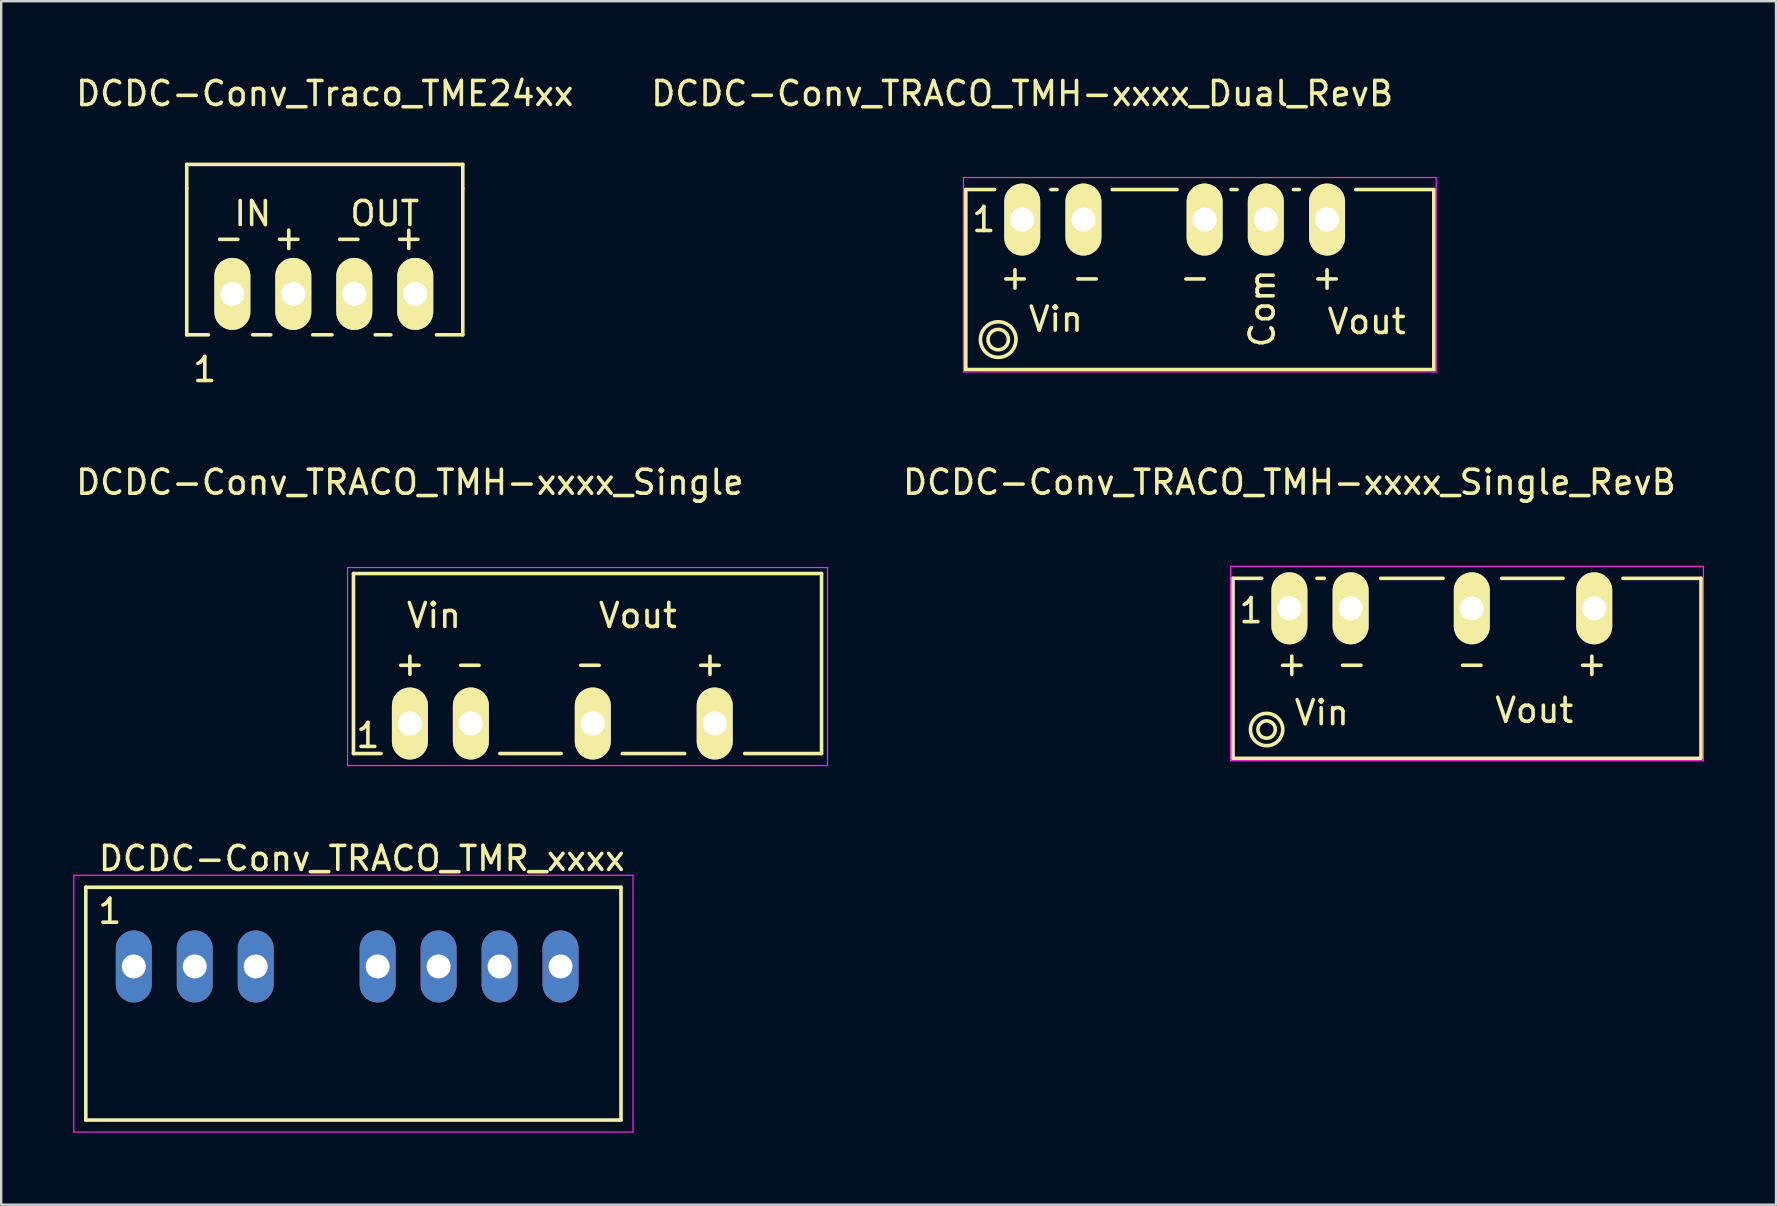
<source format=kicad_pcb>
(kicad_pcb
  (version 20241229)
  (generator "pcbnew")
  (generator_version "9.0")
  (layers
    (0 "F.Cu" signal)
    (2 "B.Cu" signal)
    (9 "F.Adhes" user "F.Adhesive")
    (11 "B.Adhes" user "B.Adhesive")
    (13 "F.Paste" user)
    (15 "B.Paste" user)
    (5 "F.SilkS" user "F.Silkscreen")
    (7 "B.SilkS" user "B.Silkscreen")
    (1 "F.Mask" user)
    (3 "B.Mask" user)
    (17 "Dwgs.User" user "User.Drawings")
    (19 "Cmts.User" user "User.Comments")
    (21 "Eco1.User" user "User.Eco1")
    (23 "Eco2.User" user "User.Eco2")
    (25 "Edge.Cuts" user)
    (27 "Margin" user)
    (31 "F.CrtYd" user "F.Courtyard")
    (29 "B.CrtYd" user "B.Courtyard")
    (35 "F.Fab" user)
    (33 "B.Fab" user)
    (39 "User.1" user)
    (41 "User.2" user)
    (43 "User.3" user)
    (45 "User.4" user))
  (footprint "DCDC-Conv_Traco_TME24xx"
    (layer "F.Cu")
    (at 10.482 7.348)
    (property "Reference" "DCDC-Conv_Traco_TME24xx" (at 0 -6.5 0) (layer "F.SilkS") (effects (font (size 1 1) (thickness 0.15))))
    (attr through_hole)
    (fp_line (start -5.751 -3.548) (end -5.751 -2.55) (stroke (width 0.15) (type solid)) (layer "F.SilkS"))
    (fp_line (start -5.751 -2.55) (end -5.751 3.551) (stroke (width 0.15) (type solid)) (layer "F.SilkS"))
    (fp_line (start -4.849 3.551) (end -5.751 3.551) (stroke (width 0.15) (type solid)) (layer "F.SilkS"))
    (fp_line (start -2.25 3.551) (end -3 3.551) (stroke (width 0.15) (type solid)) (layer "F.SilkS"))
    (fp_line (start 0.3 3.551) (end -0.5 3.551) (stroke (width 0.15) (type solid)) (layer "F.SilkS"))
    (fp_line (start 2.751 3.551) (end 2.101 3.551) (stroke (width 0.15) (type solid)) (layer "F.SilkS"))
    (fp_line (start 5.751 -3.548) (end -5.751 -3.548) (stroke (width 0.15) (type solid)) (layer "F.SilkS"))
    (fp_line (start 5.751 -2.55) (end 5.751 -3.548) (stroke (width 0.15) (type solid)) (layer "F.SilkS"))
    (fp_line (start 5.751 3.551) (end 4.651 3.551) (stroke (width 0.15) (type solid)) (layer "F.SilkS"))
    (fp_line (start 5.751 3.551) (end 5.751 -2.55) (stroke (width 0.15) (type solid)) (layer "F.SilkS"))
    (fp_text user "+" (at -1.501 -0.5 0) (layer "F.SilkS") (effects (font (size 1 1) (thickness 0.15))))
    (fp_text user "-" (at -4 -0.5 0) (layer "F.SilkS") (effects (font (size 1 1) (thickness 0.15))))
    (fp_text user "IN" (at -3 -1.499 0) (layer "F.SilkS") (effects (font (size 1 1) (thickness 0.15))))
    (fp_text user "1" (at -5.001 5.001 0) (layer "F.SilkS") (effects (font (size 1 1) (thickness 0.15))))
    (fp_text user "-" (at 1.001 -0.5 0) (layer "F.SilkS") (effects (font (size 1 1) (thickness 0.15))))
    (fp_text user "+" (at 3.5 -0.5 0) (layer "F.SilkS") (effects (font (size 1 1) (thickness 0.15))))
    (fp_text user "OUT" (at 2.499 -1.499 0) (layer "F.SilkS") (effects (font (size 1 1) (thickness 0.15))))
    (pad "1" thru_hole oval (at -3.851 1.849) (size 1.501 3) (drill 1.001) (layers "*.Cu" "*.Mask" "F.SilkS"))
    (pad "2" thru_hole oval (at -1.311 1.849) (size 1.501 3) (drill 1.001) (layers "*.Cu" "*.Mask" "F.SilkS"))
    (pad "3" thru_hole oval (at 1.229 1.849) (size 1.501 3) (drill 1.001) (layers "*.Cu" "*.Mask" "F.SilkS"))
    (pad "4" thru_hole oval (at 3.769 1.849) (size 1.501 3) (drill 1.001) (layers "*.Cu" "*.Mask" "F.SilkS")))
  (footprint "DCDC-Conv_TRACO_TMH-xxxx_Dual_RevB"
    (layer "F.Cu")
    (at 39.542 6.098)
    (property "Reference" "DCDC-Conv_TRACO_TMH-xxxx_Dual_RevB" (at 0 -5.25 0) (layer "F.SilkS") (effects (font (size 1 1) (thickness 0.15))))
    (attr through_hole)
    (fp_line (start -2.35 -1.25) (end -2.35 6.25) (stroke (width 0.15) (type solid)) (layer "F.SilkS"))
    (fp_line (start -2.35 6.25) (end 17.15 6.25) (stroke (width 0.15) (type solid)) (layer "F.SilkS"))
    (fp_line (start -1.15 -1.25) (end -2.35 -1.25) (stroke (width 0.15) (type solid)) (layer "F.SilkS"))
    (fp_line (start 1.45 -1.25) (end 1.2 -1.25) (stroke (width 0.15) (type solid)) (layer "F.SilkS"))
    (fp_line (start 6.45 -1.25) (end 3.75 -1.25) (stroke (width 0.15) (type solid)) (layer "F.SilkS"))
    (fp_line (start 8.95 -1.25) (end 8.7 -1.25) (stroke (width 0.15) (type solid)) (layer "F.SilkS"))
    (fp_line (start 11.55 -1.25) (end 11.3 -1.25) (stroke (width 0.15) (type solid)) (layer "F.SilkS"))
    (fp_line (start 17.15 -1.25) (end 13.9 -1.25) (stroke (width 0.15) (type solid)) (layer "F.SilkS"))
    (fp_line (start 17.15 6.25) (end 17.15 -1.25) (stroke (width 0.15) (type solid)) (layer "F.SilkS"))
    (fp_circle (center -1 5.001) (end -0.7 5.301) (stroke (width 0.15) (type solid)) (fill no) (layer "F.SilkS"))
    (fp_circle (center -1 5.001) (end -0.451 5.499) (stroke (width 0.15) (type solid)) (fill no) (layer "F.SilkS"))
    (fp_line (start -2.45 -1.75) (end -2.45 6.35) (stroke (width 0.05) (type solid)) (layer "F.CrtYd"))
    (fp_line (start -2.45 -1.75) (end 17.25 -1.75) (stroke (width 0.05) (type solid)) (layer "F.CrtYd"))
    (fp_line (start -2.45 6.35) (end 17.25 6.35) (stroke (width 0.05) (type solid)) (layer "F.CrtYd"))
    (fp_line (start 17.25 -1.75) (end 17.25 6.35) (stroke (width 0.05) (type solid)) (layer "F.CrtYd"))
    (fp_text user "Vout" (at 14.35 4.249 0) (layer "F.SilkS") (effects (font (size 1 1) (thickness 0.15))))
    (fp_text user "Vin" (at 1.401 4.15 0) (layer "F.SilkS") (effects (font (size 1 1) (thickness 0.15))))
    (fp_text user "+" (at 12.701 2.4 0) (layer "F.SilkS") (effects (font (size 1 1) (thickness 0.15))))
    (fp_text user "-" (at 7.2 2.4 0) (layer "F.SilkS") (effects (font (size 1 1) (thickness 0.15))))
    (fp_text user "Com" (at 10 3.7 90) (layer "F.SilkS") (effects (font (size 1 1) (thickness 0.15))))
    (fp_text user "1" (at -1.6 0 0) (layer "F.SilkS") (effects (font (size 1 1) (thickness 0.15))))
    (fp_text user "-" (at 2.699 2.4 0) (layer "F.SilkS") (effects (font (size 1 1) (thickness 0.15))))
    (fp_text user "+" (at -0.301 2.4 0) (layer "F.SilkS") (effects (font (size 1 1) (thickness 0.15))))
    (pad "1" thru_hole oval (at 0 0) (size 1.5 3) (drill 1.001) (layers "*.Cu" "*.Mask" "F.SilkS"))
    (pad "2" thru_hole oval (at 2.55 0) (size 1.5 3) (drill 1.001) (layers "*.Cu" "*.Mask" "F.SilkS"))
    (pad "4" thru_hole oval (at 7.6 0) (size 1.5 3) (drill 1.001) (layers "*.Cu" "*.Mask" "F.SilkS"))
    (pad "5" thru_hole oval (at 10.15 0) (size 1.5 3) (drill 1.001) (layers "*.Cu" "*.Mask" "F.SilkS"))
    (pad "6" thru_hole oval (at 12.7 0) (size 1.5 3) (drill 1.001) (layers "*.Cu" "*.Mask" "F.SilkS")))
  (footprint "DCDC-Conv_TRACO_TMH-xxxx_Single_RevB"
    (layer "F.Cu")
    (at 50.675 22.296)
    (property "Reference" "DCDC-Conv_TRACO_TMH-xxxx_Single_RevB" (at 0 -5.25 0) (layer "F.SilkS") (effects (font (size 1 1) (thickness 0.15))))
    (attr through_hole)
    (fp_line (start -2.35 -1.25) (end -2.35 6.25) (stroke (width 0.15) (type solid)) (layer "F.SilkS"))
    (fp_line (start -2.35 6.25) (end 17.1 6.25) (stroke (width 0.15) (type solid)) (layer "F.SilkS"))
    (fp_line (start -1.15 -1.25) (end -2.35 -1.25) (stroke (width 0.15) (type solid)) (layer "F.SilkS"))
    (fp_line (start 1.45 -1.25) (end 1.15 -1.25) (stroke (width 0.15) (type solid)) (layer "F.SilkS"))
    (fp_line (start 6.4 -1.25) (end 3.8 -1.25) (stroke (width 0.15) (type solid)) (layer "F.SilkS"))
    (fp_line (start 11.4 -1.25) (end 8.85 -1.25) (stroke (width 0.15) (type solid)) (layer "F.SilkS"))
    (fp_line (start 17.15 -1.25) (end 13.9 -1.25) (stroke (width 0.15) (type solid)) (layer "F.SilkS"))
    (fp_line (start 17.15 6.25) (end 17.15 -1.25) (stroke (width 0.15) (type solid)) (layer "F.SilkS"))
    (fp_circle (center -0.95 5.051) (end -0.851 5.399) (stroke (width 0.15) (type solid)) (fill no) (layer "F.SilkS"))
    (fp_circle (center -0.95 5.051) (end -0.449 5.5) (stroke (width 0.15) (type solid)) (fill no) (layer "F.SilkS"))
    (fp_line (start -2.45 -1.75) (end -2.45 6.35) (stroke (width 0.05) (type solid)) (layer "F.CrtYd"))
    (fp_line (start -2.45 -1.75) (end 17.25 -1.75) (stroke (width 0.05) (type solid)) (layer "F.CrtYd"))
    (fp_line (start -2.45 6.35) (end 17.25 6.35) (stroke (width 0.05) (type solid)) (layer "F.CrtYd"))
    (fp_line (start 17.25 -1.75) (end 17.25 6.35) (stroke (width 0.05) (type solid)) (layer "F.CrtYd"))
    (fp_text user "+" (at 0.099 2.3 0) (layer "F.SilkS") (effects (font (size 1 1) (thickness 0.15))))
    (fp_text user "-" (at 7.6 2.3 0) (layer "F.SilkS") (effects (font (size 1 1) (thickness 0.15))))
    (fp_text user "Vin" (at 1.349 4.35 0) (layer "F.SilkS") (effects (font (size 1 1) (thickness 0.15))))
    (fp_text user "1" (at -1.6 0.1 0) (layer "F.SilkS") (effects (font (size 1 1) (thickness 0.15))))
    (fp_text user "-" (at 2.599 2.3 0) (layer "F.SilkS") (effects (font (size 1 1) (thickness 0.15))))
    (fp_text user "+" (at 12.601 2.3 0) (layer "F.SilkS") (effects (font (size 1 1) (thickness 0.15))))
    (fp_text user "Vout" (at 10.201 4.251 0) (layer "F.SilkS") (effects (font (size 1 1) (thickness 0.15))))
    (pad "1" thru_hole oval (at 0 0) (size 1.5 3) (drill 1.001) (layers "*.Cu" "*.Mask" "F.SilkS"))
    (pad "2" thru_hole oval (at 2.55 0) (size 1.5 3) (drill 1.001) (layers "*.Cu" "*.Mask" "F.SilkS"))
    (pad "4" thru_hole oval (at 7.6 0) (size 1.5 3) (drill 1.001) (layers "*.Cu" "*.Mask" "F.SilkS"))
    (pad "6" thru_hole oval (at 12.7 0) (size 1.5 3) (drill 1.001) (layers "*.Cu" "*.Mask" "F.SilkS")))
  (footprint "DCDC-Conv_TRACO_TMR_xxxx"
    (layer "F.Cu")
    (at 2.525 37.219)
    (property "Reference" "DCDC-Conv_TRACO_TMR_xxxx" (at 9.5 -4.5 0) (layer "F.SilkS") (effects (font (size 1 1) (thickness 0.15))))
    (attr through_hole)
    (fp_line (start -2 -3.3) (end -2 6.4) (stroke (width 0.15) (type solid)) (layer "F.SilkS"))
    (fp_line (start 20.3 -3.3) (end -2 -3.3) (stroke (width 0.15) (type solid)) (layer "F.SilkS"))
    (fp_line (start 20.3 -3.3) (end 20.3 6.4) (stroke (width 0.15) (type solid)) (layer "F.SilkS"))
    (fp_line (start 20.3 6.4) (end -2 6.4) (stroke (width 0.15) (type solid)) (layer "F.SilkS"))
    (fp_line (start -2.5 -3.8) (end -2.5 6.9) (stroke (width 0.05) (type solid)) (layer "F.CrtYd"))
    (fp_line (start -2.5 -3.8) (end 20.8 -3.8) (stroke (width 0.05) (type solid)) (layer "F.CrtYd"))
    (fp_line (start -2.5 6.9) (end 20.8 6.9) (stroke (width 0.05) (type solid)) (layer "F.CrtYd"))
    (fp_line (start 20.8 -3.8) (end 20.8 6.9) (stroke (width 0.05) (type solid)) (layer "F.CrtYd"))
    (fp_text user "1" (at -1 -2.3 0) (layer "F.SilkS") (effects (font (size 1 1) (thickness 0.15))))
    (pad "1" thru_hole oval (at 0 0) (size 1.5 3) (drill 1) (layers "*.Cu" "*.Mask"))
    (pad "2" thru_hole oval (at 2.54 0) (size 1.5 3) (drill 1) (layers "*.Cu" "*.Mask"))
    (pad "3" thru_hole oval (at 5.08 0) (size 1.5 3) (drill 1) (layers "*.Cu" "*.Mask"))
    (pad "5" thru_hole oval (at 10.16 0) (size 1.5 3) (drill 1) (layers "*.Cu" "*.Mask"))
    (pad "6" thru_hole oval (at 12.7 0) (size 1.5 3) (drill 1) (layers "*.Cu" "*.Mask"))
    (pad "7" thru_hole oval (at 15.24 0) (size 1.5 3) (drill 1) (layers "*.Cu" "*.Mask"))
    (pad "8" thru_hole oval (at 17.78 0) (size 1.5 3) (drill 1) (layers "*.Cu" "*.Mask")))
  (footprint "DCDC-Conv_TRACO_TMH-xxxx_Single"
    (layer "F.Cu")
    (at 14.03 27.096)
    (property "Reference" "DCDC-Conv_TRACO_TMH-xxxx_Single" (at 0 -10.05 0) (layer "F.SilkS") (effects (font (size 1 1) (thickness 0.15))))
    (attr through_hole)
    (fp_line (start -2.352 -6.248) (end -2.352 1.25) (stroke (width 0.15) (type solid)) (layer "F.SilkS"))
    (fp_line (start -1.201 1.25) (end -2.352 1.25) (stroke (width 0.15) (type solid)) (layer "F.SilkS"))
    (fp_line (start 6.299 1.25) (end 3.749 1.25) (stroke (width 0.15) (type solid)) (layer "F.SilkS"))
    (fp_line (start 11.448 1.25) (end 8.849 1.25) (stroke (width 0.15) (type solid)) (layer "F.SilkS"))
    (fp_line (start 17.15 -6.248) (end -2.352 -6.248) (stroke (width 0.15) (type solid)) (layer "F.SilkS"))
    (fp_line (start 17.15 1.25) (end 13.95 1.25) (stroke (width 0.15) (type solid)) (layer "F.SilkS"))
    (fp_line (start 17.15 1.25) (end 17.15 -6.248) (stroke (width 0.15) (type solid)) (layer "F.SilkS"))
    (fp_line (start -2.6 -6.5) (end -2.6 1.75) (stroke (width 0.05) (type solid)) (layer "F.CrtYd"))
    (fp_line (start -2.6 -6.5) (end 17.4 -6.5) (stroke (width 0.05) (type solid)) (layer "F.CrtYd"))
    (fp_line (start -2.6 1.75) (end 17.4 1.75) (stroke (width 0.05) (type solid)) (layer "F.CrtYd"))
    (fp_line (start 17.4 -6.5) (end 17.4 1.75) (stroke (width 0.05) (type solid)) (layer "F.CrtYd"))
    (fp_text user "1" (at -1.75 0.5 0) (layer "F.SilkS") (effects (font (size 1 1) (thickness 0.15))))
    (fp_text user "+" (at -0.001 -2.5 0) (layer "F.SilkS") (effects (font (size 1 1) (thickness 0.15))))
    (fp_text user "Vout" (at 9.499 -4.499 0) (layer "F.SilkS") (effects (font (size 1 1) (thickness 0.15))))
    (fp_text user "-" (at 2.499 -2.5 0) (layer "F.SilkS") (effects (font (size 1 1) (thickness 0.15))))
    (fp_text user "+" (at 12.501 -2.5 0) (layer "F.SilkS") (effects (font (size 1 1) (thickness 0.15))))
    (fp_text user "Vin" (at 1 -4.499 0) (layer "F.SilkS") (effects (font (size 1 1) (thickness 0.15))))
    (fp_text user "-" (at 7.5 -2.5 0) (layer "F.SilkS") (effects (font (size 1 1) (thickness 0.15))))
    (pad "1" thru_hole oval (at 0 0) (size 1.501 3) (drill 1.001) (layers "*.Cu" "*.Mask" "F.SilkS"))
    (pad "2" thru_hole oval (at 2.54 0) (size 1.501 3) (drill 1.001) (layers "*.Cu" "*.Mask" "F.SilkS"))
    (pad "4" thru_hole oval (at 7.62 0) (size 1.501 3) (drill 1.001) (layers "*.Cu" "*.Mask" "F.SilkS"))
    (pad "6" thru_hole oval (at 12.7 0) (size 1.501 3) (drill 1.001) (layers "*.Cu" "*.Mask" "F.SilkS")))
  (gr_rect
    (start -3 -3)
    (end 70.95 47.144)
    (stroke (width 0.1) (type default))
    (fill no)
    (layer "Edge.Cuts")))
</source>
